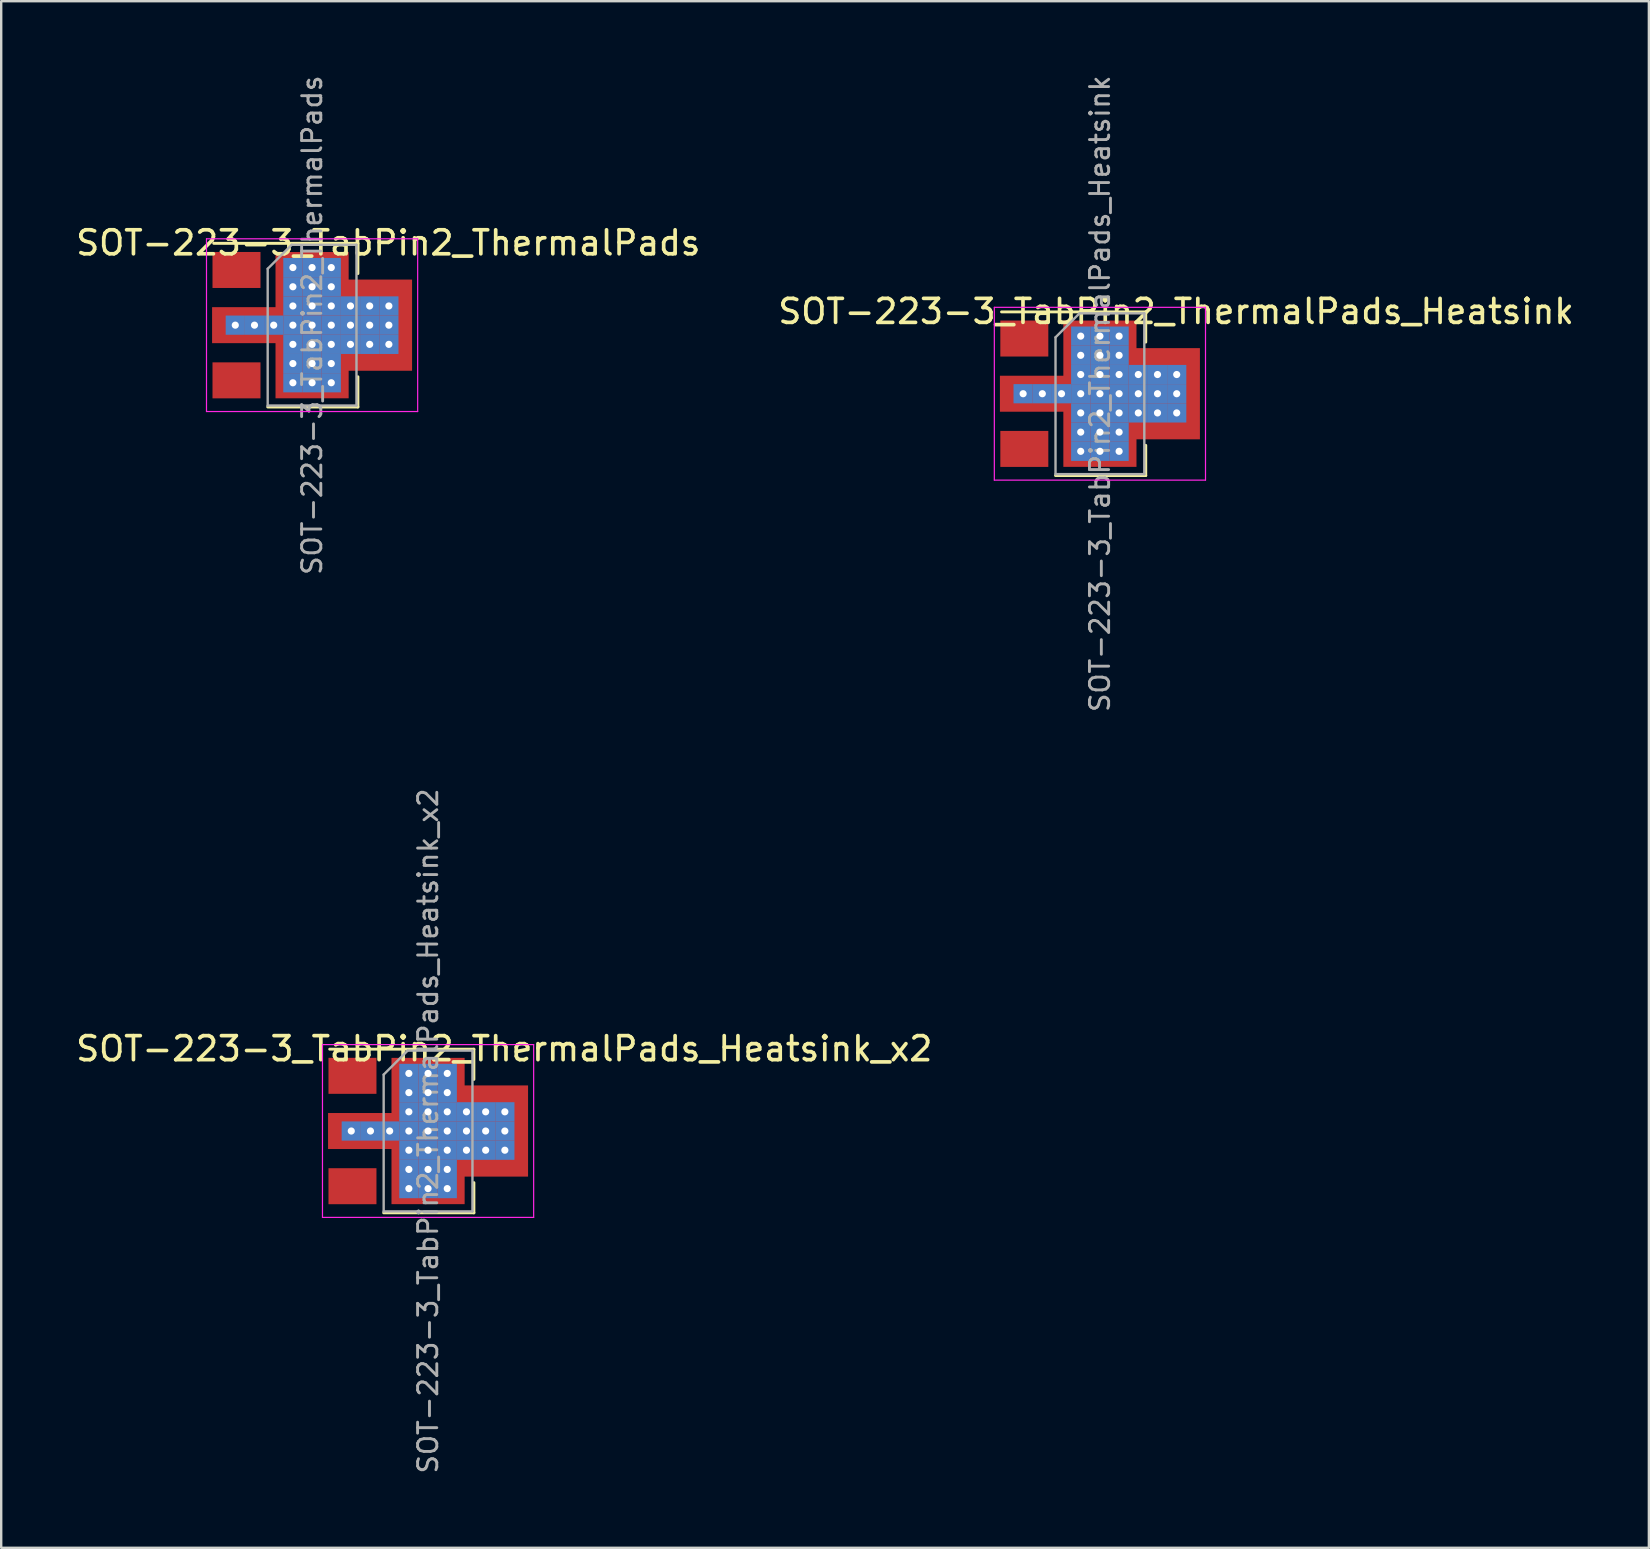
<source format=kicad_pcb>
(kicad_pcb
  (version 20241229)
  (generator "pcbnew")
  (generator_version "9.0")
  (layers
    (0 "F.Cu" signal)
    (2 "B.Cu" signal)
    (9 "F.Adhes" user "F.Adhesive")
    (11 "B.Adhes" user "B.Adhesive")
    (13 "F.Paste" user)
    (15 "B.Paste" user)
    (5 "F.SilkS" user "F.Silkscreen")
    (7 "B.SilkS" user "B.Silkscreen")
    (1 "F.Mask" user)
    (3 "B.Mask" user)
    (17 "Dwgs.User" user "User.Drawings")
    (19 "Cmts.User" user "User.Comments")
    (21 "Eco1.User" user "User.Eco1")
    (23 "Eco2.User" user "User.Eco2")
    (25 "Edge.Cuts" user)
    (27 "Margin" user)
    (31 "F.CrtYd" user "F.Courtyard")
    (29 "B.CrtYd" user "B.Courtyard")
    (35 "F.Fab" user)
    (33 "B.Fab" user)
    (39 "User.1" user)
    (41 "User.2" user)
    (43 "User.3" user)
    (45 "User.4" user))
  (footprint "SOT-223-3_TabPin2_ThermalPads_Heatsink_x2"
    (layer "F.Cu")
    (at 14.788 44.081)
    (property "Reference" "SOT-223-3_TabPin2_ThermalPads_Heatsink_x2" (at 3.175 -3.429 0) (layer "F.SilkS") (effects (font (size 1 1) (thickness 0.153))))
    (attr smd)
    (fp_line (start -4.1 -3.41) (end 1.91 -3.41) (stroke (width 0.12) (type solid)) (layer "F.SilkS"))
    (fp_line (start -1.85 3.41) (end 1.91 3.41) (stroke (width 0.12) (type solid)) (layer "F.SilkS"))
    (fp_line (start 1.91 -3.41) (end 1.91 -2.15) (stroke (width 0.12) (type solid)) (layer "F.SilkS"))
    (fp_line (start 1.91 3.41) (end 1.91 2.15) (stroke (width 0.12) (type solid)) (layer "F.SilkS"))
    (fp_line (start -4.4 -3.6) (end -4.4 3.6) (stroke (width 0.05) (type solid)) (layer "F.CrtYd"))
    (fp_line (start -4.4 3.6) (end 4.4 3.6) (stroke (width 0.05) (type solid)) (layer "F.CrtYd"))
    (fp_line (start 4.4 -3.6) (end -4.4 -3.6) (stroke (width 0.05) (type solid)) (layer "F.CrtYd"))
    (fp_line (start 4.4 3.6) (end 4.4 -3.6) (stroke (width 0.05) (type solid)) (layer "F.CrtYd"))
    (fp_line (start -1.85 -2.35) (end -1.85 3.35) (stroke (width 0.1) (type solid)) (layer "F.Fab"))
    (fp_line (start -1.85 -2.35) (end -0.85 -3.35) (stroke (width 0.1) (type solid)) (layer "F.Fab"))
    (fp_line (start -1.85 3.35) (end 1.85 3.35) (stroke (width 0.1) (type solid)) (layer "F.Fab"))
    (fp_line (start -0.85 -3.35) (end 1.85 -3.35) (stroke (width 0.1) (type solid)) (layer "F.Fab"))
    (fp_line (start 1.85 -3.35) (end 1.85 3.35) (stroke (width 0.1) (type solid)) (layer "F.Fab"))
    (fp_text user "${REFERENCE}" (at 0 0 90) (layer "F.Fab") (effects (font (size 0.8 0.8) (thickness 0.12))))
    (pad "1" smd rect (at -3.15 -2.3) (size 2 1.5) (layers "F.Cu" "F.Mask" "F.Paste"))
    (pad "2" thru_hole rect (at -3.2 0) (size 0.8 0.8) (drill 0.3) (layers "*.Cu" "*.Mask"))
    (pad "2" smd rect (at -2.667 0) (size 3 1.5) (layers "F.Cu" "F.Mask" "F.Paste"))
    (pad "2" thru_hole rect (at -2.4 0) (size 0.8 0.8) (drill 0.3) (layers "*.Cu" "*.Mask"))
    (pad "2" thru_hole rect (at -1.6 0) (size 0.8 0.8) (drill 0.3) (layers "*.Cu" "*.Mask"))
    (pad "2" thru_hole rect (at -0.8 -2.4) (size 0.8 0.8) (drill 0.3) (layers "*.Cu" "*.Mask"))
    (pad "2" thru_hole rect (at -0.8 -1.6) (size 0.8 0.8) (drill 0.3) (layers "*.Cu" "*.Mask"))
    (pad "2" thru_hole rect (at -0.8 -0.8) (size 0.8 0.8) (drill 0.3) (layers "*.Cu" "*.Mask"))
    (pad "2" thru_hole rect (at -0.8 0) (size 0.8 0.8) (drill 0.3) (layers "*.Cu" "*.Mask"))
    (pad "2" thru_hole rect (at -0.8 0.8) (size 0.8 0.8) (drill 0.3) (layers "*.Cu" "*.Mask"))
    (pad "2" thru_hole rect (at -0.8 1.6) (size 0.8 0.8) (drill 0.3) (layers "*.Cu" "*.Mask"))
    (pad "2" thru_hole rect (at -0.8 2.4) (size 0.8 0.8) (drill 0.3) (layers "*.Cu" "*.Mask"))
    (pad "2" thru_hole rect (at 0 -2.4) (size 0.8 0.8) (drill 0.3) (layers "*.Cu" "*.Mask"))
    (pad "2" thru_hole rect (at 0 -1.6) (size 0.8 0.8) (drill 0.3) (layers "*.Cu" "*.Mask"))
    (pad "2" thru_hole rect (at 0 -0.8) (size 0.8 0.8) (drill 0.3) (layers "*.Cu" "*.Mask"))
    (pad "2" thru_hole rect (at 0 0) (size 0.8 0.8) (drill 0.3) (layers "*.Cu" "*.Mask"))
    (pad "2" smd rect (at 0 0) (size 3.048 6.096) (layers "F.Cu" "F.Mask" "F.Paste"))
    (pad "2" thru_hole rect (at 0 0.8) (size 0.8 0.8) (drill 0.3) (layers "*.Cu" "*.Mask"))
    (pad "2" thru_hole rect (at 0 1.6) (size 0.8 0.8) (drill 0.3) (layers "*.Cu" "*.Mask"))
    (pad "2" thru_hole rect (at 0 2.4) (size 0.8 0.8) (drill 0.3) (layers "*.Cu" "*.Mask"))
    (pad "2" thru_hole rect (at 0.8 -2.4) (size 0.8 0.8) (drill 0.3) (layers "*.Cu" "*.Mask"))
    (pad "2" thru_hole rect (at 0.8 -1.6) (size 0.8 0.8) (drill 0.3) (layers "*.Cu" "*.Mask"))
    (pad "2" thru_hole rect (at 0.8 -0.8) (size 0.8 0.8) (drill 0.3) (layers "*.Cu" "*.Mask"))
    (pad "2" thru_hole rect (at 0.8 0) (size 0.8 0.8) (drill 0.3) (layers "*.Cu" "*.Mask"))
    (pad "2" thru_hole rect (at 0.8 0.8) (size 0.8 0.8) (drill 0.3) (layers "*.Cu" "*.Mask"))
    (pad "2" thru_hole rect (at 0.8 1.6) (size 0.8 0.8) (drill 0.3) (layers "*.Cu" "*.Mask"))
    (pad "2" thru_hole rect (at 0.8 2.4) (size 0.8 0.8) (drill 0.3) (layers "*.Cu" "*.Mask"))
    (pad "2" thru_hole rect (at 1.6 -0.8) (size 0.8 0.8) (drill 0.3) (layers "*.Cu" "*.Mask"))
    (pad "2" thru_hole rect (at 1.6 0) (size 0.8 0.8) (drill 0.3) (layers "*.Cu" "*.Mask"))
    (pad "2" thru_hole rect (at 1.6 0.8) (size 0.8 0.8) (drill 0.3) (layers "*.Cu" "*.Mask"))
    (pad "2" thru_hole rect (at 2.4 -0.8) (size 0.8 0.8) (drill 0.3) (layers "*.Cu" "*.Mask"))
    (pad "2" thru_hole rect (at 2.4 0) (size 0.8 0.8) (drill 0.3) (layers "*.Cu" "*.Mask"))
    (pad "2" thru_hole rect (at 2.4 0.8) (size 0.8 0.8) (drill 0.3) (layers "*.Cu" "*.Mask"))
    (pad "2" smd rect (at 2.667 0) (size 3 3.8) (layers "F.Cu" "F.Mask" "F.Paste"))
    (pad "2" thru_hole rect (at 3.2 -0.8) (size 0.8 0.8) (drill 0.3) (layers "*.Cu" "*.Mask"))
    (pad "2" thru_hole rect (at 3.2 0) (size 0.8 0.8) (drill 0.3) (layers "*.Cu" "*.Mask"))
    (pad "2" thru_hole rect (at 3.2 0.8) (size 0.8 0.8) (drill 0.3) (layers "*.Cu" "*.Mask"))
    (pad "3" smd rect (at -3.15 2.3) (size 2 1.5) (layers "F.Cu" "F.Mask" "F.Paste")))
  (footprint "SOT-223-3_TabPin2_ThermalPads_Heatsink"
    (layer "F.Cu")
    (at 42.785 13.357)
    (property "Reference" "SOT-223-3_TabPin2_ThermalPads_Heatsink" (at 3.175 -3.429 0) (layer "F.SilkS") (effects (font (size 1 1) (thickness 0.153))))
    (attr smd)
    (fp_line (start -4.1 -3.41) (end 1.91 -3.41) (stroke (width 0.12) (type solid)) (layer "F.SilkS"))
    (fp_line (start -1.85 3.41) (end 1.91 3.41) (stroke (width 0.12) (type solid)) (layer "F.SilkS"))
    (fp_line (start 1.91 -3.41) (end 1.91 -2.15) (stroke (width 0.12) (type solid)) (layer "F.SilkS"))
    (fp_line (start 1.91 3.41) (end 1.91 2.15) (stroke (width 0.12) (type solid)) (layer "F.SilkS"))
    (fp_line (start -4.4 -3.6) (end -4.4 3.6) (stroke (width 0.05) (type solid)) (layer "F.CrtYd"))
    (fp_line (start -4.4 3.6) (end 4.4 3.6) (stroke (width 0.05) (type solid)) (layer "F.CrtYd"))
    (fp_line (start 4.4 -3.6) (end -4.4 -3.6) (stroke (width 0.05) (type solid)) (layer "F.CrtYd"))
    (fp_line (start 4.4 3.6) (end 4.4 -3.6) (stroke (width 0.05) (type solid)) (layer "F.CrtYd"))
    (fp_line (start -1.85 -2.35) (end -1.85 3.35) (stroke (width 0.1) (type solid)) (layer "F.Fab"))
    (fp_line (start -1.85 -2.35) (end -0.85 -3.35) (stroke (width 0.1) (type solid)) (layer "F.Fab"))
    (fp_line (start -1.85 3.35) (end 1.85 3.35) (stroke (width 0.1) (type solid)) (layer "F.Fab"))
    (fp_line (start -0.85 -3.35) (end 1.85 -3.35) (stroke (width 0.1) (type solid)) (layer "F.Fab"))
    (fp_line (start 1.85 -3.35) (end 1.85 3.35) (stroke (width 0.1) (type solid)) (layer "F.Fab"))
    (fp_text user "${REFERENCE}" (at 0 0 90) (layer "F.Fab") (effects (font (size 0.8 0.8) (thickness 0.12))))
    (pad "1" smd rect (at -3.15 -2.3) (size 2 1.5) (layers "F.Cu" "F.Mask" "F.Paste"))
    (pad "2" thru_hole rect (at -3.2 0) (size 0.8 0.8) (drill 0.3) (layers "*.Cu" "*.Mask"))
    (pad "2" smd rect (at -2.667 0) (size 3 1.5) (layers "F.Cu" "F.Mask" "F.Paste"))
    (pad "2" thru_hole rect (at -2.4 0) (size 0.8 0.8) (drill 0.3) (layers "*.Cu" "*.Mask"))
    (pad "2" thru_hole rect (at -1.6 0) (size 0.8 0.8) (drill 0.3) (layers "*.Cu" "*.Mask"))
    (pad "2" thru_hole rect (at -0.8 -2.4) (size 0.8 0.8) (drill 0.3) (layers "*.Cu" "*.Mask"))
    (pad "2" thru_hole rect (at -0.8 -1.6) (size 0.8 0.8) (drill 0.3) (layers "*.Cu" "*.Mask"))
    (pad "2" thru_hole rect (at -0.8 -0.8) (size 0.8 0.8) (drill 0.3) (layers "*.Cu" "*.Mask"))
    (pad "2" thru_hole rect (at -0.8 0) (size 0.8 0.8) (drill 0.3) (layers "*.Cu" "*.Mask"))
    (pad "2" thru_hole rect (at -0.8 0.8) (size 0.8 0.8) (drill 0.3) (layers "*.Cu" "*.Mask"))
    (pad "2" thru_hole rect (at -0.8 1.6) (size 0.8 0.8) (drill 0.3) (layers "*.Cu" "*.Mask"))
    (pad "2" thru_hole rect (at -0.8 2.4) (size 0.8 0.8) (drill 0.3) (layers "*.Cu" "*.Mask"))
    (pad "2" thru_hole rect (at 0 -2.4) (size 0.8 0.8) (drill 0.3) (layers "*.Cu" "*.Mask"))
    (pad "2" thru_hole rect (at 0 -1.6) (size 0.8 0.8) (drill 0.3) (layers "*.Cu" "*.Mask"))
    (pad "2" thru_hole rect (at 0 -0.8) (size 0.8 0.8) (drill 0.3) (layers "*.Cu" "*.Mask"))
    (pad "2" thru_hole rect (at 0 0) (size 0.8 0.8) (drill 0.3) (layers "*.Cu" "*.Mask"))
    (pad "2" smd rect (at 0 0) (size 3.048 6.096) (layers "F.Cu" "F.Mask" "F.Paste"))
    (pad "2" thru_hole rect (at 0 0.8) (size 0.8 0.8) (drill 0.3) (layers "*.Cu" "*.Mask"))
    (pad "2" thru_hole rect (at 0 1.6) (size 0.8 0.8) (drill 0.3) (layers "*.Cu" "*.Mask"))
    (pad "2" thru_hole rect (at 0 2.4) (size 0.8 0.8) (drill 0.3) (layers "*.Cu" "*.Mask"))
    (pad "2" thru_hole rect (at 0.8 -2.4) (size 0.8 0.8) (drill 0.3) (layers "*.Cu" "*.Mask"))
    (pad "2" thru_hole rect (at 0.8 -1.6) (size 0.8 0.8) (drill 0.3) (layers "*.Cu" "*.Mask"))
    (pad "2" thru_hole rect (at 0.8 -0.8) (size 0.8 0.8) (drill 0.3) (layers "*.Cu" "*.Mask"))
    (pad "2" thru_hole rect (at 0.8 0) (size 0.8 0.8) (drill 0.3) (layers "*.Cu" "*.Mask"))
    (pad "2" thru_hole rect (at 0.8 0.8) (size 0.8 0.8) (drill 0.3) (layers "*.Cu" "*.Mask"))
    (pad "2" thru_hole rect (at 0.8 1.6) (size 0.8 0.8) (drill 0.3) (layers "*.Cu" "*.Mask"))
    (pad "2" thru_hole rect (at 0.8 2.4) (size 0.8 0.8) (drill 0.3) (layers "*.Cu" "*.Mask"))
    (pad "2" thru_hole rect (at 1.6 -0.8) (size 0.8 0.8) (drill 0.3) (layers "*.Cu" "*.Mask"))
    (pad "2" thru_hole rect (at 1.6 0) (size 0.8 0.8) (drill 0.3) (layers "*.Cu" "*.Mask"))
    (pad "2" thru_hole rect (at 1.6 0.8) (size 0.8 0.8) (drill 0.3) (layers "*.Cu" "*.Mask"))
    (pad "2" thru_hole rect (at 2.4 -0.8) (size 0.8 0.8) (drill 0.3) (layers "*.Cu" "*.Mask"))
    (pad "2" thru_hole rect (at 2.4 0) (size 0.8 0.8) (drill 0.3) (layers "*.Cu" "*.Mask"))
    (pad "2" thru_hole rect (at 2.4 0.8) (size 0.8 0.8) (drill 0.3) (layers "*.Cu" "*.Mask"))
    (pad "2" smd rect (at 2.667 0) (size 3 3.8) (layers "F.Cu" "F.Mask" "F.Paste"))
    (pad "2" thru_hole rect (at 3.2 -0.8) (size 0.8 0.8) (drill 0.3) (layers "*.Cu" "*.Mask"))
    (pad "2" thru_hole rect (at 3.2 0) (size 0.8 0.8) (drill 0.3) (layers "*.Cu" "*.Mask"))
    (pad "2" thru_hole rect (at 3.2 0.8) (size 0.8 0.8) (drill 0.3) (layers "*.Cu" "*.Mask"))
    (pad "3" smd rect (at -3.15 2.3) (size 2 1.5) (layers "F.Cu" "F.Mask" "F.Paste")))
  (footprint "SOT-223-3_TabPin2_ThermalPads"
    (layer "F.Cu")
    (at 9.955 10.5)
    (property "Reference" "SOT-223-3_TabPin2_ThermalPads" (at 3.175 -3.429 0) (layer "F.SilkS") (effects (font (size 1 1) (thickness 0.153))))
    (attr smd)
    (fp_line (start -4.1 -3.41) (end 1.91 -3.41) (stroke (width 0.12) (type solid)) (layer "F.SilkS"))
    (fp_line (start -1.85 3.41) (end 1.91 3.41) (stroke (width 0.12) (type solid)) (layer "F.SilkS"))
    (fp_line (start 1.91 -3.41) (end 1.91 -2.15) (stroke (width 0.12) (type solid)) (layer "F.SilkS"))
    (fp_line (start 1.91 3.41) (end 1.91 2.15) (stroke (width 0.12) (type solid)) (layer "F.SilkS"))
    (fp_line (start -4.4 -3.6) (end -4.4 3.6) (stroke (width 0.05) (type solid)) (layer "F.CrtYd"))
    (fp_line (start -4.4 3.6) (end 4.4 3.6) (stroke (width 0.05) (type solid)) (layer "F.CrtYd"))
    (fp_line (start 4.4 -3.6) (end -4.4 -3.6) (stroke (width 0.05) (type solid)) (layer "F.CrtYd"))
    (fp_line (start 4.4 3.6) (end 4.4 -3.6) (stroke (width 0.05) (type solid)) (layer "F.CrtYd"))
    (fp_line (start -1.85 -2.35) (end -1.85 3.35) (stroke (width 0.1) (type solid)) (layer "F.Fab"))
    (fp_line (start -1.85 -2.35) (end -0.85 -3.35) (stroke (width 0.1) (type solid)) (layer "F.Fab"))
    (fp_line (start -1.85 3.35) (end 1.85 3.35) (stroke (width 0.1) (type solid)) (layer "F.Fab"))
    (fp_line (start -0.85 -3.35) (end 1.85 -3.35) (stroke (width 0.1) (type solid)) (layer "F.Fab"))
    (fp_line (start 1.85 -3.35) (end 1.85 3.35) (stroke (width 0.1) (type solid)) (layer "F.Fab"))
    (fp_text user "${REFERENCE}" (at 0 0 90) (layer "F.Fab") (effects (font (size 0.8 0.8) (thickness 0.12))))
    (pad "1" smd rect (at -3.15 -2.3) (size 2 1.5) (layers "F.Cu" "F.Mask" "F.Paste"))
    (pad "2" thru_hole rect (at -3.2 0) (size 0.8 0.8) (drill 0.3) (layers "*.Cu" "*.Mask"))
    (pad "2" smd rect (at -2.667 0) (size 3 1.5) (layers "F.Cu" "F.Mask" "F.Paste"))
    (pad "2" thru_hole rect (at -2.4 0) (size 0.8 0.8) (drill 0.3) (layers "*.Cu" "*.Mask"))
    (pad "2" thru_hole rect (at -1.6 0) (size 0.8 0.8) (drill 0.3) (layers "*.Cu" "*.Mask"))
    (pad "2" thru_hole rect (at -0.8 -2.4) (size 0.8 0.8) (drill 0.3) (layers "*.Cu" "*.Mask"))
    (pad "2" thru_hole rect (at -0.8 -1.6) (size 0.8 0.8) (drill 0.3) (layers "*.Cu" "*.Mask"))
    (pad "2" thru_hole rect (at -0.8 -0.8) (size 0.8 0.8) (drill 0.3) (layers "*.Cu" "*.Mask"))
    (pad "2" thru_hole rect (at -0.8 0) (size 0.8 0.8) (drill 0.3) (layers "*.Cu" "*.Mask"))
    (pad "2" thru_hole rect (at -0.8 0.8) (size 0.8 0.8) (drill 0.3) (layers "*.Cu" "*.Mask"))
    (pad "2" thru_hole rect (at -0.8 1.6) (size 0.8 0.8) (drill 0.3) (layers "*.Cu" "*.Mask"))
    (pad "2" thru_hole rect (at -0.8 2.4) (size 0.8 0.8) (drill 0.3) (layers "*.Cu" "*.Mask"))
    (pad "2" thru_hole rect (at 0 -2.4) (size 0.8 0.8) (drill 0.3) (layers "*.Cu" "*.Mask"))
    (pad "2" thru_hole rect (at 0 -1.6) (size 0.8 0.8) (drill 0.3) (layers "*.Cu" "*.Mask"))
    (pad "2" thru_hole rect (at 0 -0.8) (size 0.8 0.8) (drill 0.3) (layers "*.Cu" "*.Mask"))
    (pad "2" thru_hole rect (at 0 0) (size 0.8 0.8) (drill 0.3) (layers "*.Cu" "*.Mask"))
    (pad "2" smd rect (at 0 0) (size 3.048 6.096) (layers "F.Cu" "F.Mask" "F.Paste"))
    (pad "2" thru_hole rect (at 0 0.8) (size 0.8 0.8) (drill 0.3) (layers "*.Cu" "*.Mask"))
    (pad "2" thru_hole rect (at 0 1.6) (size 0.8 0.8) (drill 0.3) (layers "*.Cu" "*.Mask"))
    (pad "2" thru_hole rect (at 0 2.4) (size 0.8 0.8) (drill 0.3) (layers "*.Cu" "*.Mask"))
    (pad "2" thru_hole rect (at 0.8 -2.4) (size 0.8 0.8) (drill 0.3) (layers "*.Cu" "*.Mask"))
    (pad "2" thru_hole rect (at 0.8 -1.6) (size 0.8 0.8) (drill 0.3) (layers "*.Cu" "*.Mask"))
    (pad "2" thru_hole rect (at 0.8 -0.8) (size 0.8 0.8) (drill 0.3) (layers "*.Cu" "*.Mask"))
    (pad "2" thru_hole rect (at 0.8 0) (size 0.8 0.8) (drill 0.3) (layers "*.Cu" "*.Mask"))
    (pad "2" thru_hole rect (at 0.8 0.8) (size 0.8 0.8) (drill 0.3) (layers "*.Cu" "*.Mask"))
    (pad "2" thru_hole rect (at 0.8 1.6) (size 0.8 0.8) (drill 0.3) (layers "*.Cu" "*.Mask"))
    (pad "2" thru_hole rect (at 0.8 2.4) (size 0.8 0.8) (drill 0.3) (layers "*.Cu" "*.Mask"))
    (pad "2" thru_hole rect (at 1.6 -0.8) (size 0.8 0.8) (drill 0.3) (layers "*.Cu" "*.Mask"))
    (pad "2" thru_hole rect (at 1.6 0) (size 0.8 0.8) (drill 0.3) (layers "*.Cu" "*.Mask"))
    (pad "2" thru_hole rect (at 1.6 0.8) (size 0.8 0.8) (drill 0.3) (layers "*.Cu" "*.Mask"))
    (pad "2" thru_hole rect (at 2.4 -0.8) (size 0.8 0.8) (drill 0.3) (layers "*.Cu" "*.Mask"))
    (pad "2" thru_hole rect (at 2.4 0) (size 0.8 0.8) (drill 0.3) (layers "*.Cu" "*.Mask"))
    (pad "2" thru_hole rect (at 2.4 0.8) (size 0.8 0.8) (drill 0.3) (layers "*.Cu" "*.Mask"))
    (pad "2" smd rect (at 2.667 0) (size 3 3.8) (layers "F.Cu" "F.Mask" "F.Paste"))
    (pad "2" thru_hole rect (at 3.2 -0.8) (size 0.8 0.8) (drill 0.3) (layers "*.Cu" "*.Mask"))
    (pad "2" thru_hole rect (at 3.2 0) (size 0.8 0.8) (drill 0.3) (layers "*.Cu" "*.Mask"))
    (pad "2" thru_hole rect (at 3.2 0.8) (size 0.8 0.8) (drill 0.3) (layers "*.Cu" "*.Mask"))
    (pad "3" smd rect (at -3.15 2.3) (size 2 1.5) (layers "F.Cu" "F.Mask" "F.Paste")))
  (gr_rect
    (start -3 -3)
    (end 65.661 61.448)
    (stroke (width 0.1) (type default))
    (fill no)
    (layer "Edge.Cuts")))
</source>
